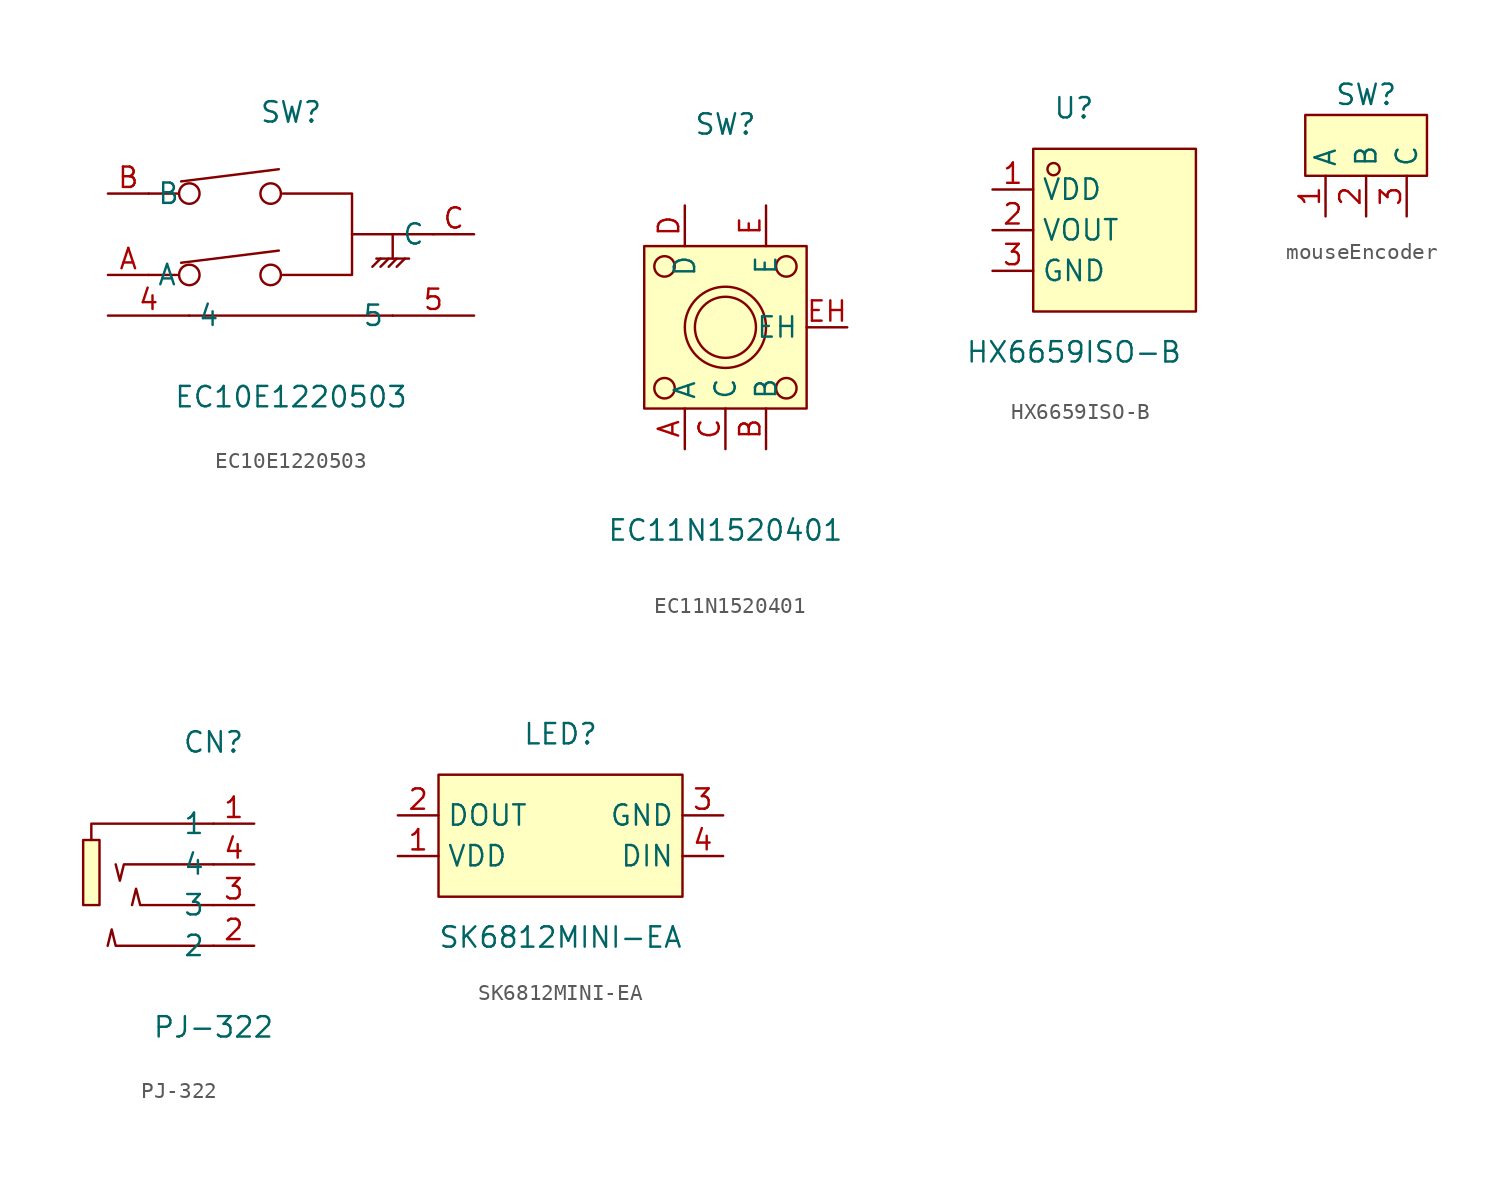
<source format=kicad_sym>
(kicad_symbol_lib
  (version 20220914)
  (generator kicad_symbol_editor)
  (symbol "EC10E1220503"
    (property "Reference" "SW"
      (at 0 7.62 0)
      (effects (font (size 1.27 1.27))))
    (property "Value" "EC10E1220503"
      (at 0 -10.16 0)
      (effects (font (size 1.27 1.27))))
    (symbol "EC10E1220503_0_1"
      (circle (center -6.35 -2.54) (radius 0.64) (stroke (width 0) (type default)) (fill (type none)))
      (circle (center -6.35 2.54) (radius 0.64) (stroke (width 0) (type default)) (fill (type none)))
      (circle (center -1.27 -2.54) (radius 0.64) (stroke (width 0) (type default)) (fill (type none)))
      (circle (center -1.27 2.54) (radius 0.64) (stroke (width 0) (type default)) (fill (type none)))
      (polyline (pts (xy -7.11 -2.54) (xy -8.89 -2.54)) (stroke (width 0) (type default)) (fill (type none)))
      (polyline (pts (xy -7.11 2.54) (xy -8.89 2.54)) (stroke (width 0) (type default)) (fill (type none)))
      (polyline (pts (xy -6.35 -5.08) (xy 6.35 -5.08)) (stroke (width 0) (type default)) (fill (type none)))
      (polyline (pts (xy -0.76 -1.02) (xy -6.86 -1.78)) (stroke (width 0) (type default)) (fill (type none)))
      (polyline (pts (xy -0.76 4.06) (xy -6.86 3.3)) (stroke (width 0) (type default)) (fill (type none)))
      (polyline (pts (xy 3.81 0) (xy 8.89 0)) (stroke (width 0) (type default)) (fill (type none)))
      (polyline (pts (xy 5.33 -1.52) (xy 7.37 -1.52)) (stroke (width 0) (type default)) (fill (type none)))
      (polyline (pts (xy 5.59 -1.52) (xy 5.08 -2.03)) (stroke (width 0) (type default)) (fill (type none)))
      (polyline (pts (xy 6.1 -1.52) (xy 5.59 -2.03)) (stroke (width 0) (type default)) (fill (type none)))
      (polyline (pts (xy 6.35 0) (xy 6.35 -1.52)) (stroke (width 0) (type default)) (fill (type none)))
      (polyline (pts (xy 6.6 -1.52) (xy 6.1 -2.03)) (stroke (width 0) (type default)) (fill (type none)))
      (polyline (pts (xy 7.11 -1.52) (xy 6.6 -2.03)) (stroke (width 0) (type default)) (fill (type none)))
      (polyline (pts (xy -0.51 2.54) (xy 3.81 2.54) (xy 3.81 -2.54) (xy -0.51 -2.54)) (stroke (width 0) (type default)) (fill (type none)))
      (pin unspecified line (at -11.43 -5.08 0) (length 5.08) (name "4" (effects (font (size 1.27 1.27)))) (number "4" (effects (font (size 1.27 1.27)))))
      (pin unspecified line (at 11.43 -5.08 180) (length 5.08) (name "5" (effects (font (size 1.27 1.27)))) (number "5" (effects (font (size 1.27 1.27)))))
      (pin unspecified line (at -11.43 -2.54 0) (length 2.54) (name "A" (effects (font (size 1.27 1.27)))) (number "A" (effects (font (size 1.27 1.27)))))
      (pin unspecified line (at -11.43 2.54 0) (length 2.54) (name "B" (effects (font (size 1.27 1.27)))) (number "B" (effects (font (size 1.27 1.27)))))
      (pin unspecified line (at 11.43 0 180) (length 2.54) (name "C" (effects (font (size 1.27 1.27)))) (number "C" (effects (font (size 1.27 1.27)))))))
  (symbol "EC11N1520401"
    (property "Reference" "SW"
      (at 0 12.7 0)
      (effects (font (size 1.27 1.27))))
    (property "Value" "EC11N1520401"
      (at 0 -12.7 0)
      (effects (font (size 1.27 1.27))))
    (symbol "EC11N1520401_0_1"
      (rectangle (start -5.08 5.08) (end 5.08 -5.08) (stroke (width 0) (type default)) (fill (type background)))
      (circle (center -3.81 -3.81) (radius 0.64) (stroke (width 0) (type default)) (fill (type none)))
      (circle (center -3.81 3.81) (radius 0.64) (stroke (width 0) (type default)) (fill (type none)))
      (circle (center 0 0) (radius 1.91) (stroke (width 0) (type default)) (fill (type none)))
      (circle (center 0 0) (radius 2.54) (stroke (width 0) (type default)) (fill (type none)))
      (circle (center 3.81 -3.81) (radius 0.64) (stroke (width 0) (type default)) (fill (type none)))
      (circle (center 3.81 3.81) (radius 0.64) (stroke (width 0) (type default)) (fill (type none)))
      (pin unspecified line (at -2.54 -7.62 90) (length 2.54) (name "A" (effects (font (size 1.27 1.27)))) (number "A" (effects (font (size 1.27 1.27)))))
      (pin unspecified line (at 2.54 -7.62 90) (length 2.54) (name "B" (effects (font (size 1.27 1.27)))) (number "B" (effects (font (size 1.27 1.27)))))
      (pin unspecified line (at 0 -7.62 90) (length 2.54) (name "C" (effects (font (size 1.27 1.27)))) (number "C" (effects (font (size 1.27 1.27)))))
      (pin unspecified line (at -2.54 7.62 270) (length 2.54) (name "D" (effects (font (size 1.27 1.27)))) (number "D" (effects (font (size 1.27 1.27)))))
      (pin unspecified line (at 2.54 7.62 270) (length 2.54) (name "E" (effects (font (size 1.27 1.27)))) (number "E" (effects (font (size 1.27 1.27)))))
      (pin unspecified line (at 7.62 0 180) (length 2.54) (name "EH" (effects (font (size 1.27 1.27)))) (number "EH" (effects (font (size 1.27 1.27)))))))
  (symbol "HX6659ISO-B"
    (property "Reference" "U"
      (at 0 7.62 0)
      (effects (font (size 1.27 1.27))))
    (property "Value" "HX6659ISO-B"
      (at 0 -7.62 0)
      (effects (font (size 1.27 1.27))))
    (symbol "HX6659ISO-B_0_1"
      (rectangle (start -2.54 5.08) (end 7.62 -5.08) (stroke (width 0) (type default)) (fill (type background)))
      (circle (center -1.27 3.81) (radius 0.38) (stroke (width 0) (type default)) (fill (type none)))
      (pin unspecified line (at -5.08 2.54 0) (length 2.54) (name "VDD" (effects (font (size 1.27 1.27)))) (number "1" (effects (font (size 1.27 1.27)))))
      (pin unspecified line (at -5.08 0 0) (length 2.54) (name "VOUT" (effects (font (size 1.27 1.27)))) (number "2" (effects (font (size 1.27 1.27)))))
      (pin unspecified line (at -5.08 -2.54 0) (length 2.54) (name "GND" (effects (font (size 1.27 1.27)))) (number "3" (effects (font (size 1.27 1.27)))))))
  (symbol "mouseEncoder"
    (property "Reference" "SW"
      (at 0 3.81 0)
      (effects (font (size 1.27 1.27))))
    (property "Value" ""
      (at 0 0 0)
      (effects (font (size 1.27 1.27))))
    (symbol "mouseEncoder_1_1"
      (rectangle (start -3.81 2.54) (end 3.81 -1.27) (stroke (width 0) (type default)) (fill (type background)))
      (pin output line (at -2.54 -3.81 90) (length 2.54) (name "A" (effects (font (size 1.27 1.27)))) (number "1" (effects (font (size 1.27 1.27)))))
      (pin output line (at 0 -3.81 90) (length 2.54) (name "B" (effects (font (size 1.27 1.27)))) (number "2" (effects (font (size 1.27 1.27)))))
      (pin output line (at 2.54 -3.81 90) (length 2.54) (name "C" (effects (font (size 1.27 1.27)))) (number "3" (effects (font (size 1.27 1.27)))))))
  (symbol "PJ-322"
    (property "Reference" "CN"
      (at 0 7.62 0)
      (effects (font (size 1.27 1.27))))
    (property "Value" "PJ-322"
      (at 0 -10.16 0)
      (effects (font (size 1.27 1.27))))
    (symbol "PJ-322_0_1"
      (rectangle (start -8.13 1.52) (end -7.11 -2.54) (stroke (width 0) (type default)) (fill (type background)))
      (polyline (pts (xy 0 2.54) (xy -7.62 2.54) (xy -7.62 1.52)) (stroke (width 0) (type default)) (fill (type none)))
      (polyline (pts (xy 0 -5.08) (xy -6.1 -5.08) (xy -6.35 -4.06) (xy -6.6 -5.08)) (stroke (width 0) (type default)) (fill (type none)))
      (polyline (pts (xy 0 -2.54) (xy -4.57 -2.54) (xy -4.83 -1.52) (xy -5.08 -2.54)) (stroke (width 0) (type default)) (fill (type none)))
      (polyline (pts (xy 0 0) (xy -5.59 0) (xy -5.84 -1.02) (xy -6.1 0)) (stroke (width 0) (type default)) (fill (type none)))
      (pin unspecified line (at 2.54 2.54 180) (length 2.54) (name "1" (effects (font (size 1.27 1.27)))) (number "1" (effects (font (size 1.27 1.27)))))
      (pin unspecified line (at 2.54 -5.08 180) (length 2.54) (name "2" (effects (font (size 1.27 1.27)))) (number "2" (effects (font (size 1.27 1.27)))))
      (pin unspecified line (at 2.54 -2.54 180) (length 2.54) (name "3" (effects (font (size 1.27 1.27)))) (number "3" (effects (font (size 1.27 1.27)))))
      (pin unspecified line (at 2.54 0 180) (length 2.54) (name "4" (effects (font (size 1.27 1.27)))) (number "4" (effects (font (size 1.27 1.27)))))))
  (symbol "SK6812MINI-EA"
    (property "Reference" "LED"
      (at 0 6.35 0)
      (effects (font (size 1.27 1.27))))
    (property "Value" "SK6812MINI-EA"
      (at 0 -6.35 0)
      (effects (font (size 1.27 1.27))))
    (symbol "SK6812MINI-EA_0_1"
      (rectangle (start -7.62 3.81) (end 7.62 -3.81) (stroke (width 0) (type default)) (fill (type background)))
      (pin unspecified line (at -10.16 -1.27 0) (length 2.54) (name "VDD" (effects (font (size 1.27 1.27)))) (number "1" (effects (font (size 1.27 1.27)))))
      (pin unspecified line (at -10.16 1.27 0) (length 2.54) (name "DOUT" (effects (font (size 1.27 1.27)))) (number "2" (effects (font (size 1.27 1.27)))))
      (pin unspecified line (at 10.16 1.27 180) (length 2.54) (name "GND" (effects (font (size 1.27 1.27)))) (number "3" (effects (font (size 1.27 1.27)))))
      (pin unspecified line (at 10.16 -1.27 180) (length 2.54) (name "DIN" (effects (font (size 1.27 1.27)))) (number "4" (effects (font (size 1.27 1.27))))))))
</source>
